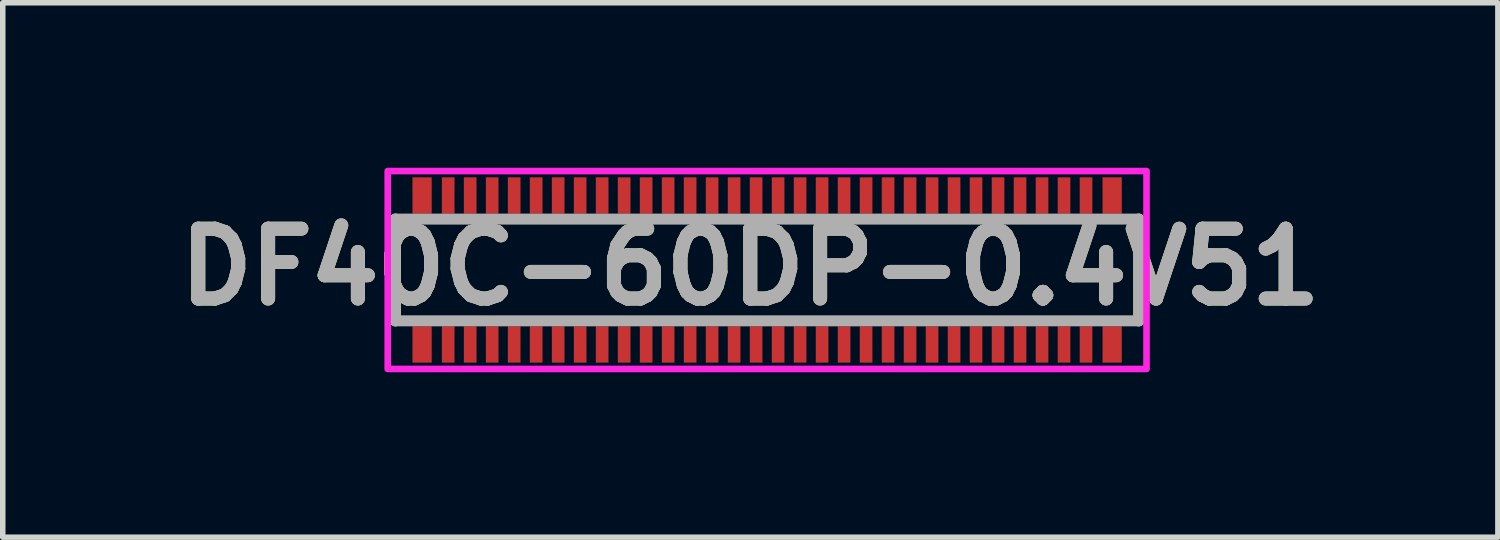
<source format=kicad_pcb>
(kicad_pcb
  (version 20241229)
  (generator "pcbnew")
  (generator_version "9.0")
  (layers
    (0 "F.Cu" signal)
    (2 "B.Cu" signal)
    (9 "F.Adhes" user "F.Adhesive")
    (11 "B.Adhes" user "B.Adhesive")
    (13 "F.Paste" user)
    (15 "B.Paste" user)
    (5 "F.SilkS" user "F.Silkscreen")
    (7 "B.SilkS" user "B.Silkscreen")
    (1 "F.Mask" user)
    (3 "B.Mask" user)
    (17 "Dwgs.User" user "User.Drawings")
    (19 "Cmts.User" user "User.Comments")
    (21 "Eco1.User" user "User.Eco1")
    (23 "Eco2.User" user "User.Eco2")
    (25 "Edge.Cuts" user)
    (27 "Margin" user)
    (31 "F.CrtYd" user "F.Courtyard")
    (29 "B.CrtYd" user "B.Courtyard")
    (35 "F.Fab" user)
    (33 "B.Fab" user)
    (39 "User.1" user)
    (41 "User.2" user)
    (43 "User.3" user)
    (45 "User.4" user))
  (footprint "DF40C-60DP-0.4V51"
    (layer "F.Cu")
    (at 10.901 1.86)
    (property "Reference" "DF40C-60DP-0.4V51" (at -0.306 -0.055 0) (layer "F.SilkS") (effects (font (size 1.27 1.27) (thickness 0.254))))
    (attr smd)
    (fp_line (start -6.76 0.925) (end -6.76 -0.925) (stroke (width 0.2) (type solid)) (layer "F.SilkS"))
    (fp_line (start 6.76 -0.925) (end 6.76 0.925) (stroke (width 0.2) (type solid)) (layer "F.SilkS"))
    (fp_rect (start -6.9 -1.8) (end 6.9 1.8) (stroke (width 0.12) (type solid)) (fill no) (layer "F.CrtYd"))
    (fp_line (start -6.76 -0.925) (end 6.76 -0.925) (stroke (width 0.2) (type solid)) (layer "F.Fab"))
    (fp_line (start -6.76 0.925) (end -6.76 -0.925) (stroke (width 0.2) (type solid)) (layer "F.Fab"))
    (fp_line (start 6.76 -0.925) (end 6.76 0.925) (stroke (width 0.2) (type solid)) (layer "F.Fab"))
    (fp_line (start 6.76 0.925) (end -6.76 0.925) (stroke (width 0.2) (type solid)) (layer "F.Fab"))
    (fp_text user "${REFERENCE}" (at -0.306 -0.055 0) (layer "F.Fab") (effects (font (size 1.27 1.27) (thickness 0.254))))
    (pad "1" smd rect (at -5.8 1.355) (size 0.23 0.66) (layers "F.Cu" "F.Mask" "F.Paste"))
    (pad "2" smd rect (at -5.8 -1.355) (size 0.23 0.66) (layers "F.Cu" "F.Mask" "F.Paste"))
    (pad "3" smd rect (at -5.4 1.355) (size 0.23 0.66) (layers "F.Cu" "F.Mask" "F.Paste"))
    (pad "4" smd rect (at -5.4 -1.355) (size 0.23 0.66) (layers "F.Cu" "F.Mask" "F.Paste"))
    (pad "5" smd rect (at -5 1.355) (size 0.23 0.66) (layers "F.Cu" "F.Mask" "F.Paste"))
    (pad "6" smd rect (at -5 -1.355) (size 0.23 0.66) (layers "F.Cu" "F.Mask" "F.Paste"))
    (pad "7" smd rect (at -4.6 1.355) (size 0.23 0.66) (layers "F.Cu" "F.Mask" "F.Paste"))
    (pad "8" smd rect (at -4.6 -1.355) (size 0.23 0.66) (layers "F.Cu" "F.Mask" "F.Paste"))
    (pad "9" smd rect (at -4.2 1.355) (size 0.23 0.66) (layers "F.Cu" "F.Mask" "F.Paste"))
    (pad "10" smd rect (at -4.2 -1.355) (size 0.23 0.66) (layers "F.Cu" "F.Mask" "F.Paste"))
    (pad "11" smd rect (at -3.8 1.355) (size 0.23 0.66) (layers "F.Cu" "F.Mask" "F.Paste"))
    (pad "12" smd rect (at -3.8 -1.355) (size 0.23 0.66) (layers "F.Cu" "F.Mask" "F.Paste"))
    (pad "13" smd rect (at -3.4 1.355) (size 0.23 0.66) (layers "F.Cu" "F.Mask" "F.Paste"))
    (pad "14" smd rect (at -3.4 -1.355) (size 0.23 0.66) (layers "F.Cu" "F.Mask" "F.Paste"))
    (pad "15" smd rect (at -3 1.355) (size 0.23 0.66) (layers "F.Cu" "F.Mask" "F.Paste"))
    (pad "16" smd rect (at -3 -1.355) (size 0.23 0.66) (layers "F.Cu" "F.Mask" "F.Paste"))
    (pad "17" smd rect (at -2.6 1.355) (size 0.23 0.66) (layers "F.Cu" "F.Mask" "F.Paste"))
    (pad "18" smd rect (at -2.6 -1.355) (size 0.23 0.66) (layers "F.Cu" "F.Mask" "F.Paste"))
    (pad "19" smd rect (at -2.2 1.355) (size 0.23 0.66) (layers "F.Cu" "F.Mask" "F.Paste"))
    (pad "20" smd rect (at -2.2 -1.355) (size 0.23 0.66) (layers "F.Cu" "F.Mask" "F.Paste"))
    (pad "21" smd rect (at -1.8 1.355) (size 0.23 0.66) (layers "F.Cu" "F.Mask" "F.Paste"))
    (pad "22" smd rect (at -1.8 -1.355) (size 0.23 0.66) (layers "F.Cu" "F.Mask" "F.Paste"))
    (pad "23" smd rect (at -1.4 1.355) (size 0.23 0.66) (layers "F.Cu" "F.Mask" "F.Paste"))
    (pad "24" smd rect (at -1.4 -1.355) (size 0.23 0.66) (layers "F.Cu" "F.Mask" "F.Paste"))
    (pad "25" smd rect (at -1 1.355) (size 0.23 0.66) (layers "F.Cu" "F.Mask" "F.Paste"))
    (pad "26" smd rect (at -1 -1.355) (size 0.23 0.66) (layers "F.Cu" "F.Mask" "F.Paste"))
    (pad "27" smd rect (at -0.6 1.355) (size 0.23 0.66) (layers "F.Cu" "F.Mask" "F.Paste"))
    (pad "28" smd rect (at -0.6 -1.355) (size 0.23 0.66) (layers "F.Cu" "F.Mask" "F.Paste"))
    (pad "29" smd rect (at -0.2 1.355) (size 0.23 0.66) (layers "F.Cu" "F.Mask" "F.Paste"))
    (pad "30" smd rect (at -0.2 -1.355) (size 0.23 0.66) (layers "F.Cu" "F.Mask" "F.Paste"))
    (pad "31" smd rect (at 0.2 1.355) (size 0.23 0.66) (layers "F.Cu" "F.Mask" "F.Paste"))
    (pad "32" smd rect (at 0.2 -1.355) (size 0.23 0.66) (layers "F.Cu" "F.Mask" "F.Paste"))
    (pad "33" smd rect (at 0.6 1.355) (size 0.23 0.66) (layers "F.Cu" "F.Mask" "F.Paste"))
    (pad "34" smd rect (at 0.6 -1.355) (size 0.23 0.66) (layers "F.Cu" "F.Mask" "F.Paste"))
    (pad "35" smd rect (at 1 1.355) (size 0.23 0.66) (layers "F.Cu" "F.Mask" "F.Paste"))
    (pad "36" smd rect (at 1 -1.355) (size 0.23 0.66) (layers "F.Cu" "F.Mask" "F.Paste"))
    (pad "37" smd rect (at 1.4 1.355) (size 0.23 0.66) (layers "F.Cu" "F.Mask" "F.Paste"))
    (pad "38" smd rect (at 1.4 -1.355) (size 0.23 0.66) (layers "F.Cu" "F.Mask" "F.Paste"))
    (pad "39" smd rect (at 1.8 1.355) (size 0.23 0.66) (layers "F.Cu" "F.Mask" "F.Paste"))
    (pad "40" smd rect (at 1.8 -1.355) (size 0.23 0.66) (layers "F.Cu" "F.Mask" "F.Paste"))
    (pad "41" smd rect (at 2.2 1.355) (size 0.23 0.66) (layers "F.Cu" "F.Mask" "F.Paste"))
    (pad "42" smd rect (at 2.2 -1.355) (size 0.23 0.66) (layers "F.Cu" "F.Mask" "F.Paste"))
    (pad "43" smd rect (at 2.6 1.355) (size 0.23 0.66) (layers "F.Cu" "F.Mask" "F.Paste"))
    (pad "44" smd rect (at 2.6 -1.355) (size 0.23 0.66) (layers "F.Cu" "F.Mask" "F.Paste"))
    (pad "45" smd rect (at 3 1.355) (size 0.23 0.66) (layers "F.Cu" "F.Mask" "F.Paste"))
    (pad "46" smd rect (at 3 -1.355) (size 0.23 0.66) (layers "F.Cu" "F.Mask" "F.Paste"))
    (pad "47" smd rect (at 3.4 1.355) (size 0.23 0.66) (layers "F.Cu" "F.Mask" "F.Paste"))
    (pad "48" smd rect (at 3.4 -1.355) (size 0.23 0.66) (layers "F.Cu" "F.Mask" "F.Paste"))
    (pad "49" smd rect (at 3.8 1.355) (size 0.23 0.66) (layers "F.Cu" "F.Mask" "F.Paste"))
    (pad "50" smd rect (at 3.8 -1.355) (size 0.23 0.66) (layers "F.Cu" "F.Mask" "F.Paste"))
    (pad "51" smd rect (at 4.2 1.355) (size 0.23 0.66) (layers "F.Cu" "F.Mask" "F.Paste"))
    (pad "52" smd rect (at 4.2 -1.355) (size 0.23 0.66) (layers "F.Cu" "F.Mask" "F.Paste"))
    (pad "53" smd rect (at 4.6 1.355) (size 0.23 0.66) (layers "F.Cu" "F.Mask" "F.Paste"))
    (pad "54" smd rect (at 4.6 -1.355) (size 0.23 0.66) (layers "F.Cu" "F.Mask" "F.Paste"))
    (pad "55" smd rect (at 5 1.355) (size 0.23 0.66) (layers "F.Cu" "F.Mask" "F.Paste"))
    (pad "56" smd rect (at 5 -1.355) (size 0.23 0.66) (layers "F.Cu" "F.Mask" "F.Paste"))
    (pad "57" smd rect (at 5.4 1.355) (size 0.23 0.66) (layers "F.Cu" "F.Mask" "F.Paste"))
    (pad "58" smd rect (at 5.4 -1.355) (size 0.23 0.66) (layers "F.Cu" "F.Mask" "F.Paste"))
    (pad "59" smd rect (at 5.8 1.355) (size 0.23 0.66) (layers "F.Cu" "F.Mask" "F.Paste"))
    (pad "60" smd rect (at 5.8 -1.355) (size 0.23 0.66) (layers "F.Cu" "F.Mask" "F.Paste"))
    (pad "61" smd rect (at -6.275 -1.355) (size 0.35 0.66) (layers "F.Cu" "F.Mask" "F.Paste"))
    (pad "62" smd rect (at -6.275 1.355) (size 0.35 0.66) (layers "F.Cu" "F.Mask" "F.Paste"))
    (pad "63" smd rect (at 6.275 1.355) (size 0.35 0.66) (layers "F.Cu" "F.Mask" "F.Paste"))
    (pad "64" smd rect (at 6.275 -1.355) (size 0.35 0.66) (layers "F.Cu" "F.Mask" "F.Paste")))
  (gr_rect
    (start -3 -3)
    (end 24.191 6.72)
    (stroke (width 0.1) (type default))
    (fill no)
    (layer "Edge.Cuts")))
</source>
